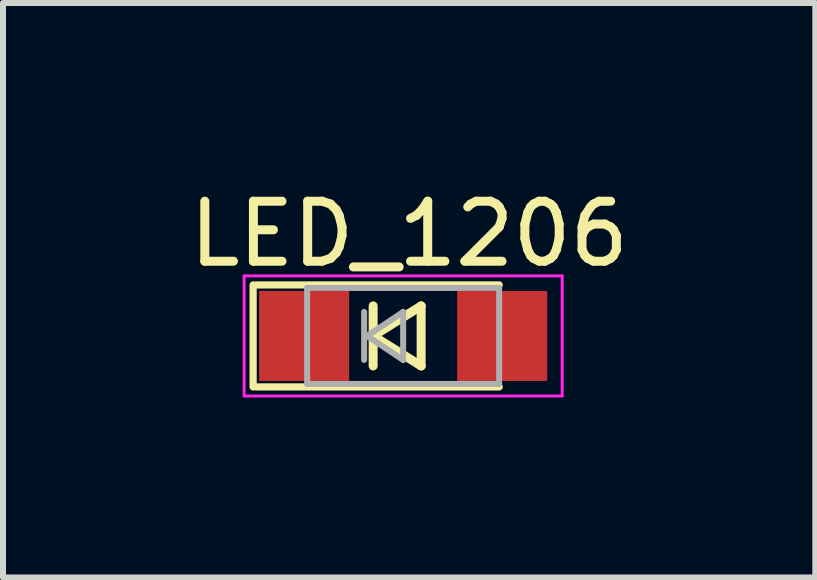
<source format=kicad_pcb>
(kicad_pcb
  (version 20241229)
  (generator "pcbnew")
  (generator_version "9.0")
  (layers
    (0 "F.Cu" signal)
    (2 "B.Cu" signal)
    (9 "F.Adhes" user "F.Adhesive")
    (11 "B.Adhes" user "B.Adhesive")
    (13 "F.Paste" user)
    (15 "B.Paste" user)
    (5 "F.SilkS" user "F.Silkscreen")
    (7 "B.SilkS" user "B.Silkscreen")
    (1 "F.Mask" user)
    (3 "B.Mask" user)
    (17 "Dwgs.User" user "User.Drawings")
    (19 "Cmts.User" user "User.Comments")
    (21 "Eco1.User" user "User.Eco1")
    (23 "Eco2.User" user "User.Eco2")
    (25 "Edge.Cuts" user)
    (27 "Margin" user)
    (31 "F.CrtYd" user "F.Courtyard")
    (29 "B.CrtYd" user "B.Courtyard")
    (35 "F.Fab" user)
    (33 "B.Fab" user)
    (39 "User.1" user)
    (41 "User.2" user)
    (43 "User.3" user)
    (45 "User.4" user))
  (footprint "LED_1206"
    (layer "F.Cu")
    (at 3.668 2.548)
    (property "Reference" "LED_1206" (at 0.1 -1.7 180) (layer "F.SilkS") (effects (font (size 1 1) (thickness 0.15))))
    (attr smd)
    (fp_line (start -2.5 -0.85) (end -2.5 0.85) (stroke (width 0.12) (type solid)) (layer "F.SilkS"))
    (fp_line (start -2.45 -0.85) (end 1.6 -0.85) (stroke (width 0.12) (type solid)) (layer "F.SilkS"))
    (fp_line (start -2.45 0.85) (end 1.6 0.85) (stroke (width 0.12) (type solid)) (layer "F.SilkS"))
    (fp_line (start -0.5 -0.5) (end -0.5 0.5) (stroke (width 0.15) (type solid)) (layer "F.SilkS"))
    (fp_line (start -0.5 0) (end 0.3 -0.5) (stroke (width 0.15) (type solid)) (layer "F.SilkS"))
    (fp_line (start 0.3 -0.5) (end 0.3 0.5) (stroke (width 0.15) (type solid)) (layer "F.SilkS"))
    (fp_line (start 0.3 0.5) (end -0.5 0) (stroke (width 0.15) (type solid)) (layer "F.SilkS"))
    (fp_line (start -2.65 -1) (end 2.65 -1) (stroke (width 0.05) (type solid)) (layer "F.CrtYd"))
    (fp_line (start -2.65 1) (end -2.65 -1) (stroke (width 0.05) (type solid)) (layer "F.CrtYd"))
    (fp_line (start 2.65 -1) (end 2.65 1) (stroke (width 0.05) (type solid)) (layer "F.CrtYd"))
    (fp_line (start 2.65 1) (end -2.65 1) (stroke (width 0.05) (type solid)) (layer "F.CrtYd"))
    (fp_line (start -1.6 -0.8) (end 1.6 -0.8) (stroke (width 0.1) (type solid)) (layer "F.Fab"))
    (fp_line (start -1.6 0.8) (end -1.6 -0.8) (stroke (width 0.1) (type solid)) (layer "F.Fab"))
    (fp_line (start -0.65 -0.4) (end -0.65 0.4) (stroke (width 0.1) (type solid)) (layer "F.Fab"))
    (fp_line (start -0.6 0) (end 0 -0.4) (stroke (width 0.1) (type solid)) (layer "F.Fab"))
    (fp_line (start 0 -0.4) (end 0 0.4) (stroke (width 0.1) (type solid)) (layer "F.Fab"))
    (fp_line (start 0 0.4) (end -0.6 0) (stroke (width 0.1) (type solid)) (layer "F.Fab"))
    (fp_line (start 1.6 -0.8) (end 1.6 0.8) (stroke (width 0.1) (type solid)) (layer "F.Fab"))
    (fp_line (start 1.6 0.8) (end -1.6 0.8) (stroke (width 0.1) (type solid)) (layer "F.Fab"))
    (pad "1" smd rect (at -1.65 0 180) (size 1.5 1.5) (layers "F.Cu" "F.Mask" "F.Paste"))
    (pad "2" smd rect (at 1.65 0 180) (size 1.5 1.5) (layers "F.Cu" "F.Mask" "F.Paste")))
  (gr_rect
    (start -3 -3)
    (end 10.536 6.573)
    (stroke (width 0.1) (type default))
    (fill no)
    (layer "Edge.Cuts")))
</source>
